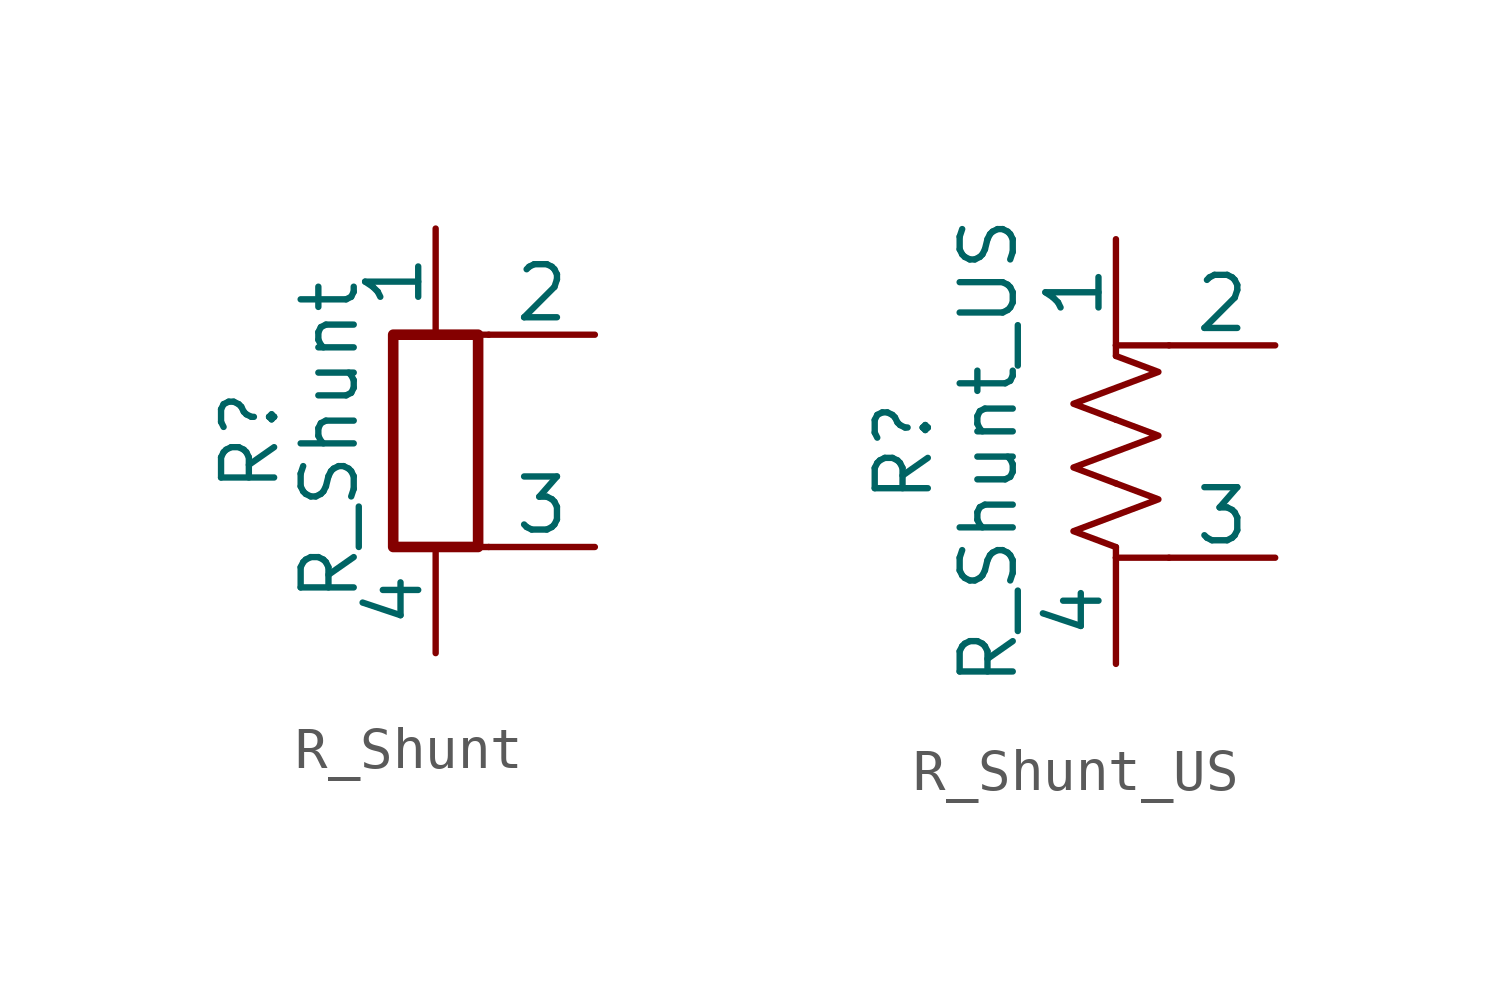
<source format=kicad_sym>
(kicad_symbol_lib
  (version 20241209)
  (generator "kicad_symbol_editor")
  (generator_version "9.0")
  (symbol "R_Shunt"
    (pin_numbers
      (hide yes))
    (pin_names
      (offset 0))
    (property "Reference" "R"
      (at -4.445 0 90)
      (effects (font (size 1.27 1.27))))
    (property "Value" "R_Shunt"
      (at -2.54 0 90)
      (effects (font (size 1.27 1.27))))
    (symbol "R_Shunt_0_1"
      (rectangle (start -1.016 -2.54) (end 1.016 2.54) (stroke (width 0.254) (type default)) (fill (type none)))
      (polyline (pts (xy 0 -2.54) (xy 1.27 -2.54)) (stroke (width 0) (type default)) (fill (type none)))
      (polyline (pts (xy 1.27 2.54) (xy 0 2.54)) (stroke (width 0) (type default)) (fill (type none))))
    (symbol "R_Shunt_1_1"
      (pin passive line (at 0 5.08 270) (length 2.54) (name "1" (effects (font (size 1.27 1.27)))) (number "1" (effects (font (size 1.27 1.27)))))
      (pin passive line (at 0 -5.08 90) (length 2.54) (name "4" (effects (font (size 1.27 1.27)))) (number "4" (effects (font (size 1.27 1.27)))))
      (pin passive line (at 3.81 2.54 180) (length 2.54) (name "2" (effects (font (size 1.27 1.27)))) (number "2" (effects (font (size 1.27 1.27)))))
      (pin passive line (at 3.81 -2.54 180) (length 2.54) (name "3" (effects (font (size 1.27 1.27)))) (number "3" (effects (font (size 1.27 1.27)))))))
  (symbol "R_Shunt_US"
    (pin_numbers
      (hide yes))
    (pin_names
      (offset 0))
    (property "Reference" "R"
      (at -5.08 0 90)
      (effects (font (size 1.27 1.27))))
    (property "Value" "R_Shunt_US"
      (at -3.048 0 90)
      (effects (font (size 1.27 1.27))))
    (symbol "R_Shunt_US_1_1"
      (polyline (pts (xy 0 2.286) (xy 0 2.54)) (stroke (width 0) (type default)) (fill (type none)))
      (polyline (pts (xy 0 2.286) (xy 1.016 1.905) (xy 0 1.524) (xy -1.016 1.143) (xy 0 0.762)) (stroke (width 0) (type default)) (fill (type none)))
      (polyline (pts (xy 0 0.762) (xy 1.016 0.381) (xy 0 0) (xy -1.016 -0.381) (xy 0 -0.762)) (stroke (width 0) (type default)) (fill (type none)))
      (polyline (pts (xy 0 -0.762) (xy 1.016 -1.143) (xy 0 -1.524) (xy -1.016 -1.905) (xy 0 -2.286)) (stroke (width 0) (type default)) (fill (type none)))
      (polyline (pts (xy 0 -2.286) (xy 0 -2.54)) (stroke (width 0) (type default)) (fill (type none)))
      (polyline (pts (xy 0 -2.54) (xy 1.27 -2.54)) (stroke (width 0) (type default)) (fill (type none)))
      (polyline (pts (xy 1.27 2.54) (xy 0 2.54)) (stroke (width 0) (type default)) (fill (type none)))
      (pin passive line (at 0 5.08 270) (length 2.54) (name "1" (effects (font (size 1.27 1.27)))) (number "1" (effects (font (size 1.27 1.27)))))
      (pin passive line (at 0 -5.08 90) (length 2.54) (name "4" (effects (font (size 1.27 1.27)))) (number "4" (effects (font (size 1.27 1.27)))))
      (pin passive line (at 3.81 2.54 180) (length 2.54) (name "2" (effects (font (size 1.27 1.27)))) (number "2" (effects (font (size 1.27 1.27)))))
      (pin passive line (at 3.81 -2.54 180) (length 2.54) (name "3" (effects (font (size 1.27 1.27)))) (number "3" (effects (font (size 1.27 1.27))))))))
</source>
